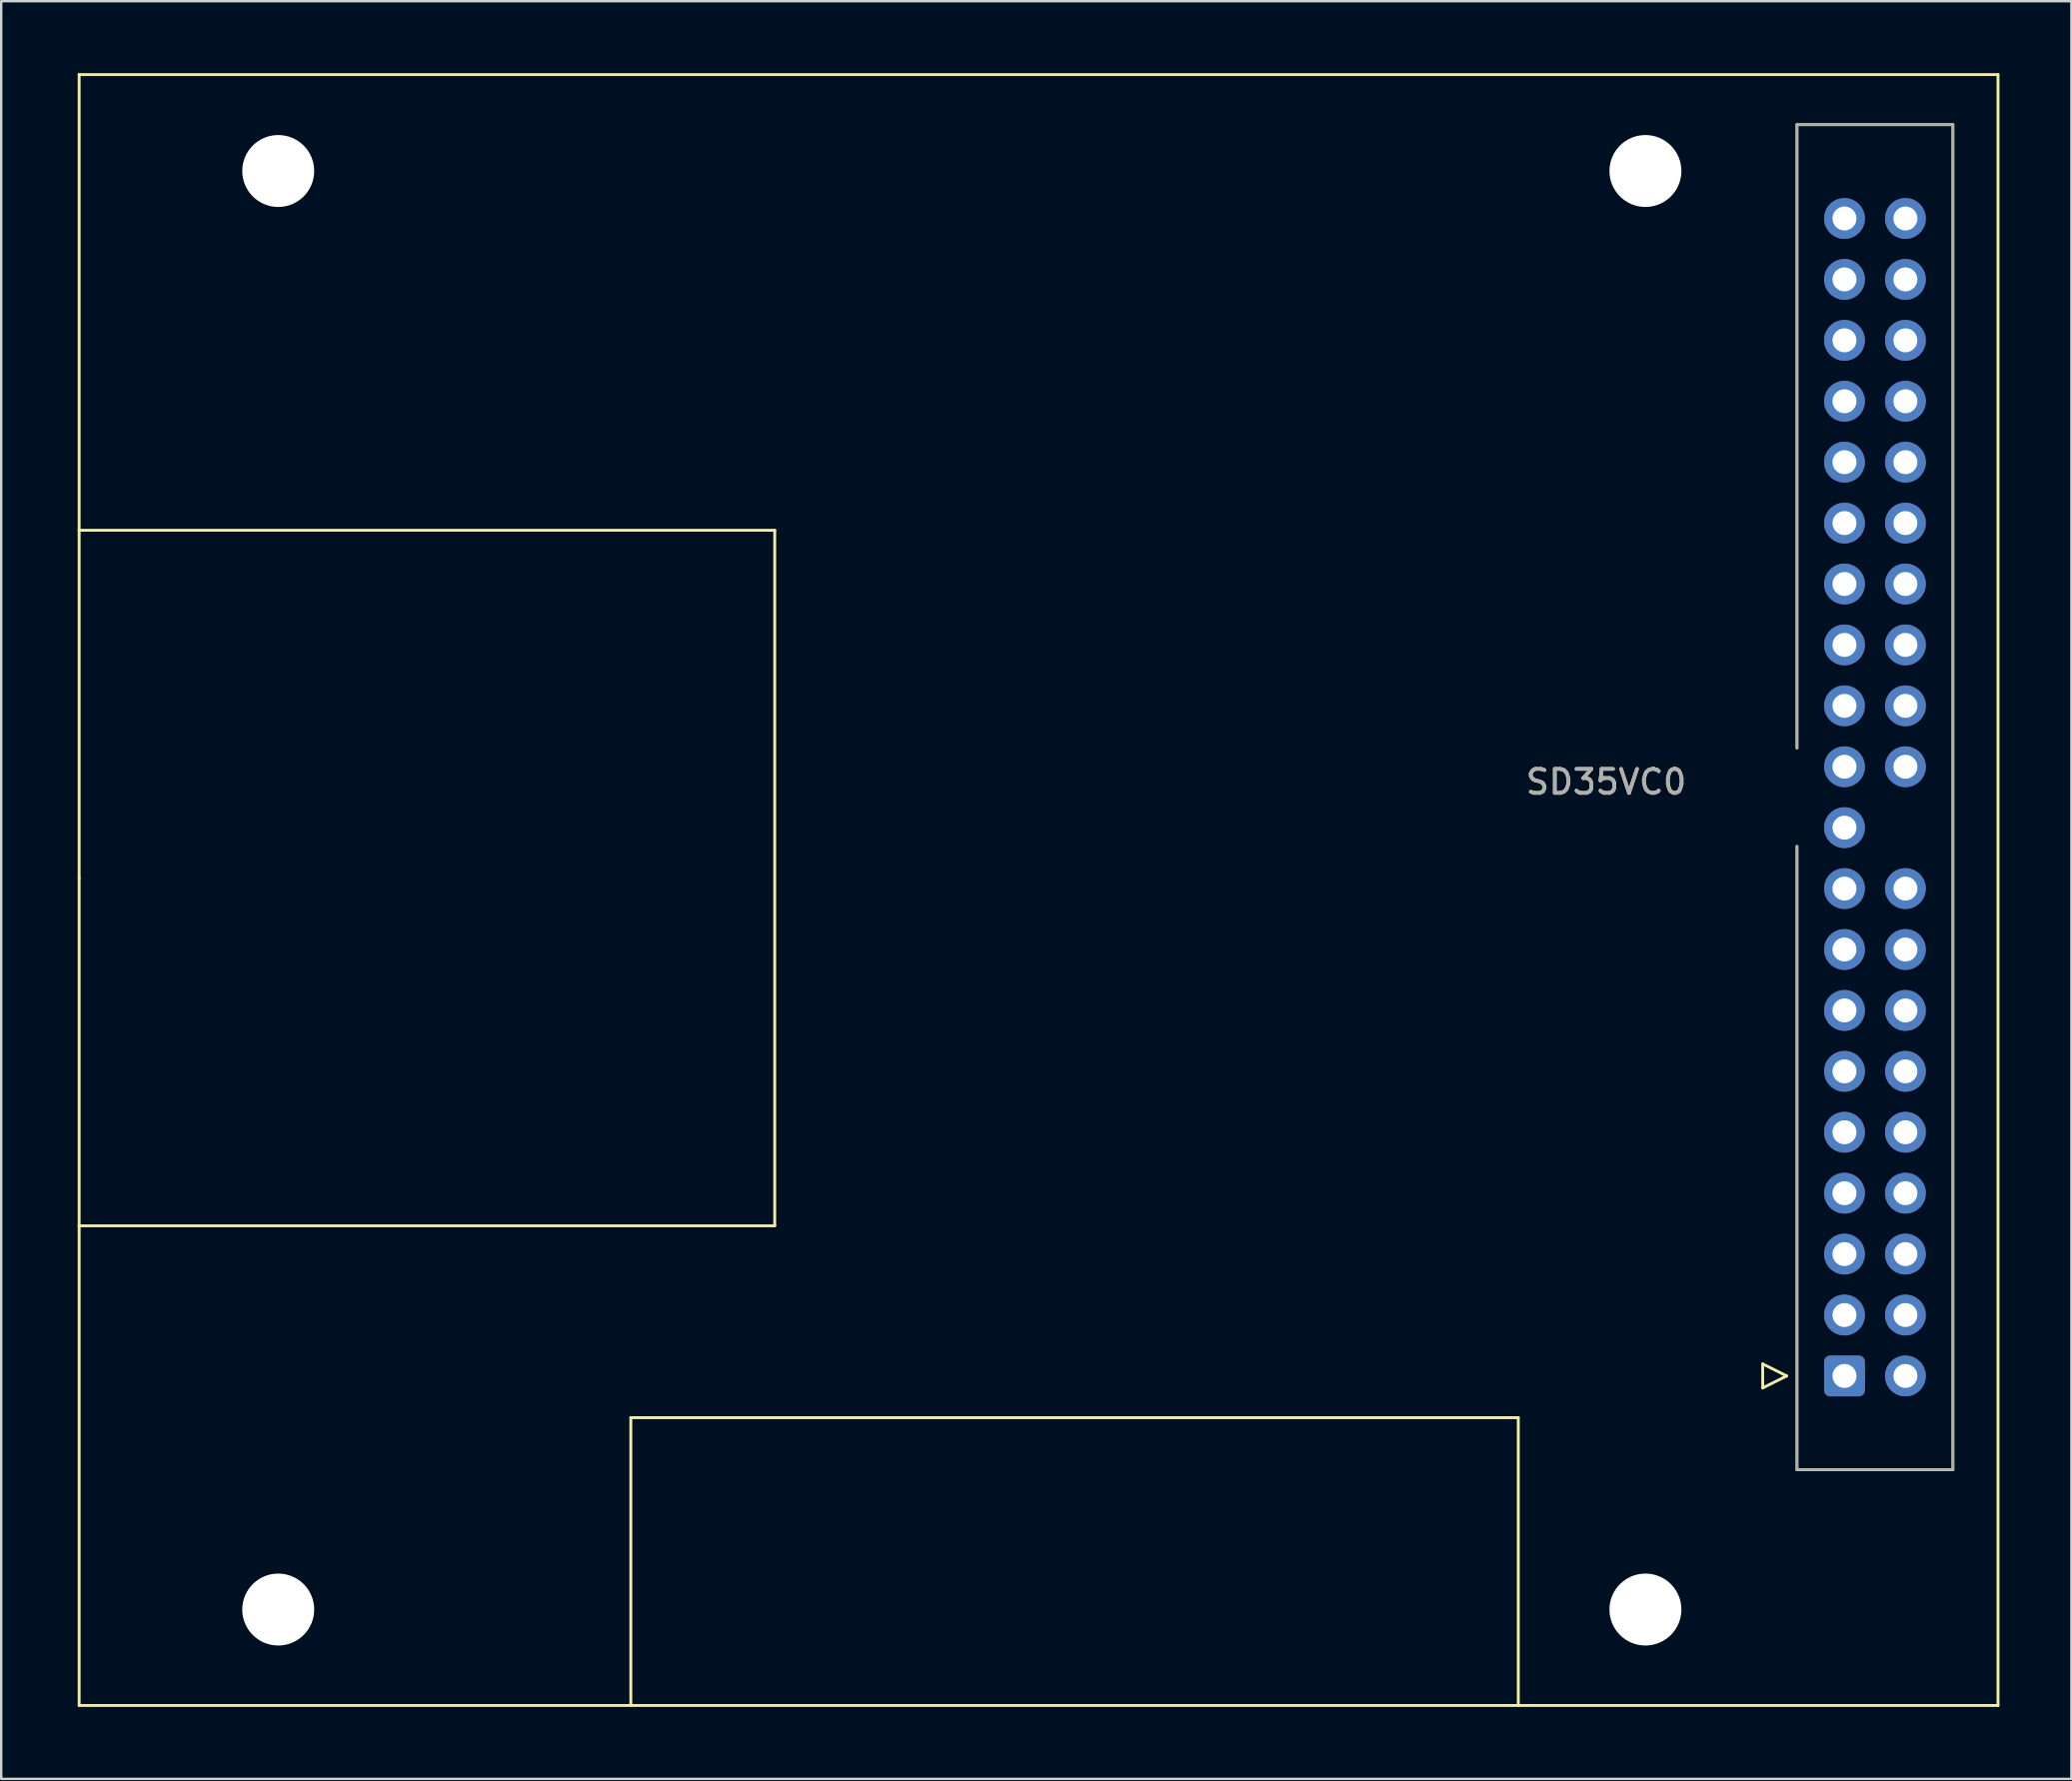
<source format=kicad_pcb>
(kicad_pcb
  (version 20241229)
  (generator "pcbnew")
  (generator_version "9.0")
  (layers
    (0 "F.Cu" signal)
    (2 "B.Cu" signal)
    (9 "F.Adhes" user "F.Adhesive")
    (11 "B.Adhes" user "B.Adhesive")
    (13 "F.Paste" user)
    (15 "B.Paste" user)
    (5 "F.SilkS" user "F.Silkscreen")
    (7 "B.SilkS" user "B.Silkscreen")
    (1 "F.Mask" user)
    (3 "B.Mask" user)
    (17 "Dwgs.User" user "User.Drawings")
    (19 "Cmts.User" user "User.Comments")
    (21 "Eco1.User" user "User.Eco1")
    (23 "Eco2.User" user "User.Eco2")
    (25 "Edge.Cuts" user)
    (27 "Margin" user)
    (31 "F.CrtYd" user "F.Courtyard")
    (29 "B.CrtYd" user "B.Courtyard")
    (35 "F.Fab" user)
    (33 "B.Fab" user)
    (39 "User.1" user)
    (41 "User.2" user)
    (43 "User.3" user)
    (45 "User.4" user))
  (footprint "SD35VC0"
    (layer "F.Cu")
    (at 0.25 33.56)
    (property "Reference" "SD35VC0" (at 63.665 -4.005 0) (layer "F.SilkS") (effects (font (size 1 1) (thickness 0.15))))
    (attr through_hole)
    (fp_line (start 0 -33.5) (end 0 -14.5) (stroke (width 0.12) (type solid)) (layer "F.SilkS"))
    (fp_line (start 0 -14.5) (end 0 0) (stroke (width 0.12) (type solid)) (layer "F.SilkS"))
    (fp_line (start 0 -14.5) (end 29 -14.5) (stroke (width 0.12) (type solid)) (layer "F.SilkS"))
    (fp_line (start 0 14.5) (end 0 0) (stroke (width 0.12) (type solid)) (layer "F.SilkS"))
    (fp_line (start 0 14.5) (end 29 14.5) (stroke (width 0.12) (type solid)) (layer "F.SilkS"))
    (fp_line (start 0 34.5) (end 0 14.5) (stroke (width 0.12) (type solid)) (layer "F.SilkS"))
    (fp_line (start 23 34.5) (end 23 22.5) (stroke (width 0.12) (type solid)) (layer "F.SilkS"))
    (fp_line (start 29 -14.5) (end 29 14.5) (stroke (width 0.12) (type solid)) (layer "F.SilkS"))
    (fp_line (start 60 22.5) (end 23 22.5) (stroke (width 0.12) (type solid)) (layer "F.SilkS"))
    (fp_line (start 60 34.5) (end 60 22.5) (stroke (width 0.12) (type solid)) (layer "F.SilkS"))
    (fp_line (start 70.19 20.26) (end 70.19 21.26) (stroke (width 0.12) (type solid)) (layer "F.SilkS"))
    (fp_line (start 70.19 21.26) (end 71.19 20.76) (stroke (width 0.12) (type solid)) (layer "F.SilkS"))
    (fp_line (start 71.19 20.76) (end 70.19 20.26) (stroke (width 0.12) (type solid)) (layer "F.SilkS"))
    (fp_line (start 71.62 -31.41) (end 78.12 -31.41) (stroke (width 0.12) (type solid)) (layer "F.SilkS"))
    (fp_line (start 71.62 -5.42) (end 71.62 -31.41) (stroke (width 0.12) (type solid)) (layer "F.SilkS"))
    (fp_line (start 71.62 24.67) (end 71.62 -1.32) (stroke (width 0.12) (type solid)) (layer "F.SilkS"))
    (fp_line (start 78.12 -31.41) (end 78.12 24.67) (stroke (width 0.12) (type solid)) (layer "F.SilkS"))
    (fp_line (start 78.12 24.67) (end 71.62 24.67) (stroke (width 0.12) (type solid)) (layer "F.SilkS"))
    (fp_line (start 80 -33.5) (end 0 -33.5) (stroke (width 0.12) (type solid)) (layer "F.SilkS"))
    (fp_line (start 80 -33.5) (end 80 34.5) (stroke (width 0.12) (type solid)) (layer "F.SilkS"))
    (fp_line (start 80 34.5) (end 0 34.5) (stroke (width 0.12) (type solid)) (layer "F.SilkS"))
    (fp_line (start 71.62 -31.41) (end 78.12 -31.41) (stroke (width 0.1) (type solid)) (layer "F.Fab"))
    (fp_line (start 71.62 -5.42) (end 71.62 -31.41) (stroke (width 0.1) (type solid)) (layer "F.Fab"))
    (fp_line (start 71.62 24.67) (end 71.62 -1.32) (stroke (width 0.1) (type solid)) (layer "F.Fab"))
    (fp_line (start 78.12 -31.41) (end 78.12 24.67) (stroke (width 0.1) (type solid)) (layer "F.Fab"))
    (fp_line (start 78.12 24.67) (end 71.62 24.67) (stroke (width 0.1) (type solid)) (layer "F.Fab"))
    (fp_text user "${REFERENCE}" (at 63.665 -4.005 180) (layer "F.Fab") (effects (font (size 1 1) (thickness 0.15))))
    (pad "" np_thru_hole circle (at 8.3 -29.48) (size 3 3) (drill 3) (layers "*.Cu" "*.Mask"))
    (pad "" np_thru_hole circle (at 8.3 30.5) (size 3 3) (drill 3) (layers "*.Cu" "*.Mask"))
    (pad "" np_thru_hole circle (at 65.3 -29.48) (size 3 3) (drill 3) (layers "*.Cu" "*.Mask"))
    (pad "" np_thru_hole circle (at 65.3 30.5) (size 3 3) (drill 3) (layers "*.Cu" "*.Mask"))
    (pad "1" thru_hole roundrect (at 73.6 20.76 180) (size 1.7 1.7) (drill 1) (layers "*.Cu" "*.Mask") (roundrect_rratio 0.147))
    (pad "2" thru_hole circle (at 76.14 20.76 180) (size 1.7 1.7) (drill 1) (layers "*.Cu" "*.Mask"))
    (pad "3" thru_hole circle (at 73.6 18.22 180) (size 1.7 1.7) (drill 1) (layers "*.Cu" "*.Mask"))
    (pad "4" thru_hole circle (at 76.14 18.22 180) (size 1.7 1.7) (drill 1) (layers "*.Cu" "*.Mask"))
    (pad "5" thru_hole circle (at 73.6 15.68 180) (size 1.7 1.7) (drill 1) (layers "*.Cu" "*.Mask"))
    (pad "6" thru_hole circle (at 76.14 15.68 180) (size 1.7 1.7) (drill 1) (layers "*.Cu" "*.Mask"))
    (pad "7" thru_hole circle (at 73.6 13.14 180) (size 1.7 1.7) (drill 1) (layers "*.Cu" "*.Mask"))
    (pad "8" thru_hole circle (at 76.14 13.14 180) (size 1.7 1.7) (drill 1) (layers "*.Cu" "*.Mask"))
    (pad "9" thru_hole circle (at 73.6 10.6 180) (size 1.7 1.7) (drill 1) (layers "*.Cu" "*.Mask"))
    (pad "10" thru_hole circle (at 76.14 10.6 180) (size 1.7 1.7) (drill 1) (layers "*.Cu" "*.Mask"))
    (pad "11" thru_hole circle (at 73.6 8.06 180) (size 1.7 1.7) (drill 1) (layers "*.Cu" "*.Mask"))
    (pad "12" thru_hole circle (at 76.14 8.06 180) (size 1.7 1.7) (drill 1) (layers "*.Cu" "*.Mask"))
    (pad "13" thru_hole circle (at 73.6 5.52 180) (size 1.7 1.7) (drill 1) (layers "*.Cu" "*.Mask"))
    (pad "14" thru_hole circle (at 76.14 5.52 180) (size 1.7 1.7) (drill 1) (layers "*.Cu" "*.Mask"))
    (pad "15" thru_hole circle (at 73.6 2.98 180) (size 1.7 1.7) (drill 1) (layers "*.Cu" "*.Mask"))
    (pad "16" thru_hole circle (at 76.14 2.98 180) (size 1.7 1.7) (drill 1) (layers "*.Cu" "*.Mask"))
    (pad "17" thru_hole circle (at 73.6 0.44 180) (size 1.7 1.7) (drill 1) (layers "*.Cu" "*.Mask"))
    (pad "18" thru_hole circle (at 76.14 0.44 180) (size 1.7 1.7) (drill 1) (layers "*.Cu" "*.Mask"))
    (pad "19" thru_hole circle (at 73.6 -2.1 180) (size 1.7 1.7) (drill 1) (layers "*.Cu" "*.Mask"))
    (pad "21" thru_hole circle (at 73.6 -4.64 180) (size 1.7 1.7) (drill 1) (layers "*.Cu" "*.Mask"))
    (pad "22" thru_hole circle (at 76.14 -4.64 180) (size 1.7 1.7) (drill 1) (layers "*.Cu" "*.Mask"))
    (pad "23" thru_hole circle (at 73.6 -7.18 180) (size 1.7 1.7) (drill 1) (layers "*.Cu" "*.Mask"))
    (pad "24" thru_hole circle (at 76.14 -7.18 180) (size 1.7 1.7) (drill 1) (layers "*.Cu" "*.Mask"))
    (pad "25" thru_hole circle (at 73.6 -9.72 180) (size 1.7 1.7) (drill 1) (layers "*.Cu" "*.Mask"))
    (pad "26" thru_hole circle (at 76.14 -9.72 180) (size 1.7 1.7) (drill 1) (layers "*.Cu" "*.Mask"))
    (pad "27" thru_hole circle (at 73.6 -12.26 180) (size 1.7 1.7) (drill 1) (layers "*.Cu" "*.Mask"))
    (pad "28" thru_hole circle (at 76.14 -12.26 180) (size 1.7 1.7) (drill 1) (layers "*.Cu" "*.Mask"))
    (pad "29" thru_hole circle (at 73.6 -14.8 180) (size 1.7 1.7) (drill 1) (layers "*.Cu" "*.Mask"))
    (pad "30" thru_hole circle (at 76.14 -14.8 180) (size 1.7 1.7) (drill 1) (layers "*.Cu" "*.Mask"))
    (pad "31" thru_hole circle (at 73.6 -17.34 180) (size 1.7 1.7) (drill 1) (layers "*.Cu" "*.Mask"))
    (pad "32" thru_hole circle (at 76.14 -17.34 180) (size 1.7 1.7) (drill 1) (layers "*.Cu" "*.Mask"))
    (pad "33" thru_hole circle (at 73.6 -19.88 180) (size 1.7 1.7) (drill 1) (layers "*.Cu" "*.Mask"))
    (pad "34" thru_hole circle (at 76.14 -19.88 180) (size 1.7 1.7) (drill 1) (layers "*.Cu" "*.Mask"))
    (pad "35" thru_hole circle (at 73.6 -22.42 180) (size 1.7 1.7) (drill 1) (layers "*.Cu" "*.Mask"))
    (pad "36" thru_hole circle (at 76.14 -22.42 180) (size 1.7 1.7) (drill 1) (layers "*.Cu" "*.Mask"))
    (pad "37" thru_hole circle (at 73.6 -24.96 180) (size 1.7 1.7) (drill 1) (layers "*.Cu" "*.Mask"))
    (pad "38" thru_hole circle (at 76.14 -24.96 180) (size 1.7 1.7) (drill 1) (layers "*.Cu" "*.Mask"))
    (pad "39" thru_hole circle (at 73.6 -27.5 180) (size 1.7 1.7) (drill 1) (layers "*.Cu" "*.Mask"))
    (pad "40" thru_hole circle (at 76.14 -27.5 180) (size 1.7 1.7) (drill 1) (layers "*.Cu" "*.Mask")))
  (gr_rect
    (start -3 -3)
    (end 83.31 71.12)
    (stroke (width 0.1) (type default))
    (fill no)
    (layer "Edge.Cuts")))
</source>
